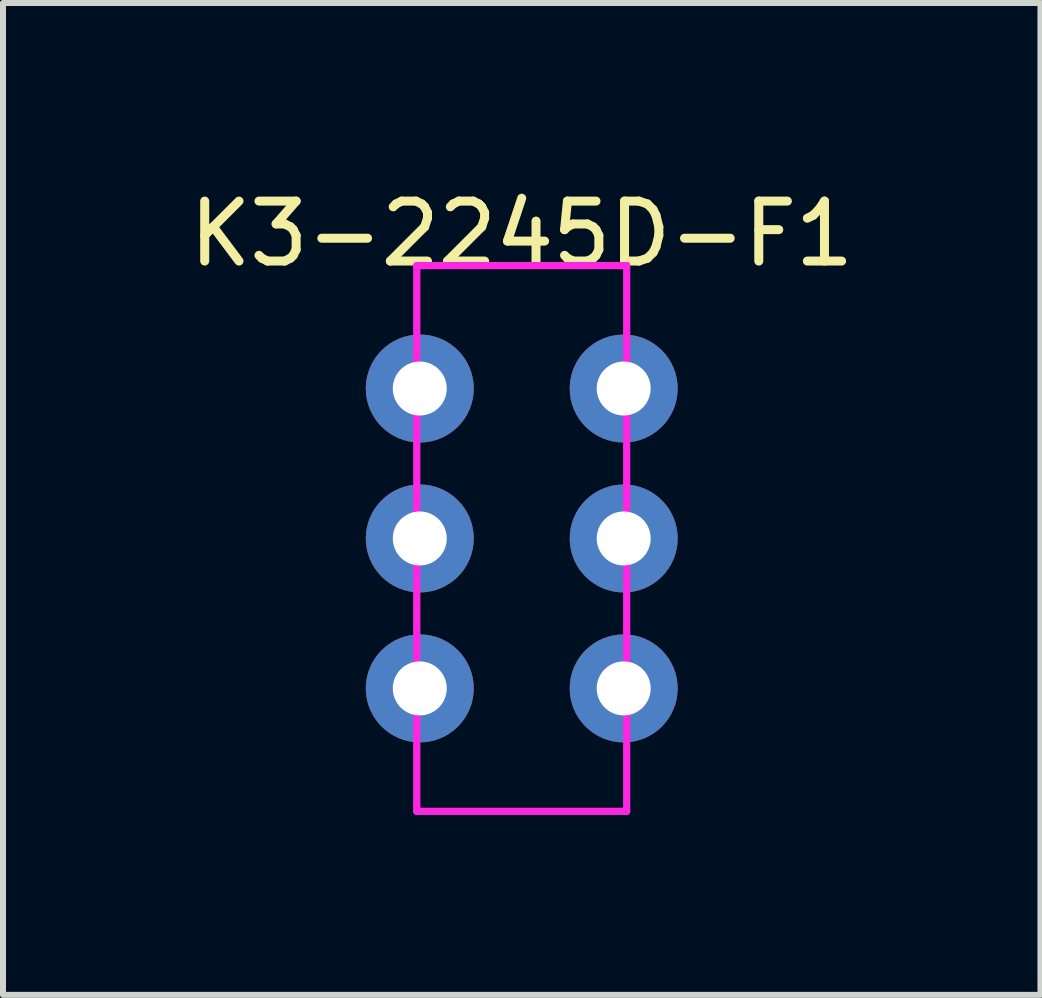
<source format=kicad_pcb>
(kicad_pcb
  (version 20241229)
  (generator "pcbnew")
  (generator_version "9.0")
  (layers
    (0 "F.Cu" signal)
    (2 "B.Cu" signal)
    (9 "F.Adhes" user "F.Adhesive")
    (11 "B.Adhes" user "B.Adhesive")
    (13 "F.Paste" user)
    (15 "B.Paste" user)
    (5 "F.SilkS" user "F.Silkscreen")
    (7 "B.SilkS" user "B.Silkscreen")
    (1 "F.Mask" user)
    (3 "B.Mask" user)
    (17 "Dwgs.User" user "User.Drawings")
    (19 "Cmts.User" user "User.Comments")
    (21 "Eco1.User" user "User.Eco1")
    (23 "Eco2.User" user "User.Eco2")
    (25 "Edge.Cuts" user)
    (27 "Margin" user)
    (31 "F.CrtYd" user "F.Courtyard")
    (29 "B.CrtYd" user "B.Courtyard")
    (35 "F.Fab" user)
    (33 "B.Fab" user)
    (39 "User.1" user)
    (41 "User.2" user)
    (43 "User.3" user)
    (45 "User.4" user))
  (footprint "K3-2245D-F1"
    (layer "F.Cu")
    (at 5.649 5.928)
    (property "Reference" "K3-2245D-F1" (at 0 -5.08 0) (layer "F.SilkS") (effects (font (size 1 1) (thickness 0.15))))
    (attr through_hole)
    (fp_line (start -1.75 4.55) (end -1.75 -4.55) (stroke (width 0.12) (type solid)) (layer "F.CrtYd"))
    (fp_line (start -1.75 4.55) (end 1.75 4.55) (stroke (width 0.12) (type solid)) (layer "F.CrtYd"))
    (fp_line (start 1.75 -4.55) (end -1.75 -4.55) (stroke (width 0.12) (type solid)) (layer "F.CrtYd"))
    (fp_line (start 1.75 4.55) (end 1.75 -4.55) (stroke (width 0.12) (type solid)) (layer "F.CrtYd"))
    (pad "1" thru_hole circle (at -1.7 -2.5) (size 1.8 1.8) (drill 0.9) (layers "*.Cu" "*.Mask"))
    (pad "2" thru_hole circle (at -1.7 0) (size 1.8 1.8) (drill 0.9) (layers "*.Cu" "*.Mask"))
    (pad "3" thru_hole circle (at -1.7 2.5) (size 1.8 1.8) (drill 0.9) (layers "*.Cu" "*.Mask"))
    (pad "4" thru_hole circle (at 1.7 -2.5) (size 1.8 1.8) (drill 0.9) (layers "*.Cu" "*.Mask"))
    (pad "5" thru_hole circle (at 1.7 0) (size 1.8 1.8) (drill 0.9) (layers "*.Cu" "*.Mask"))
    (pad "6" thru_hole circle (at 1.7 2.5) (size 1.8 1.8) (drill 0.9) (layers "*.Cu" "*.Mask")))
  (gr_rect
    (start -3 -3)
    (end 14.298 13.538)
    (stroke (width 0.1) (type default))
    (fill no)
    (layer "Edge.Cuts")))
</source>
